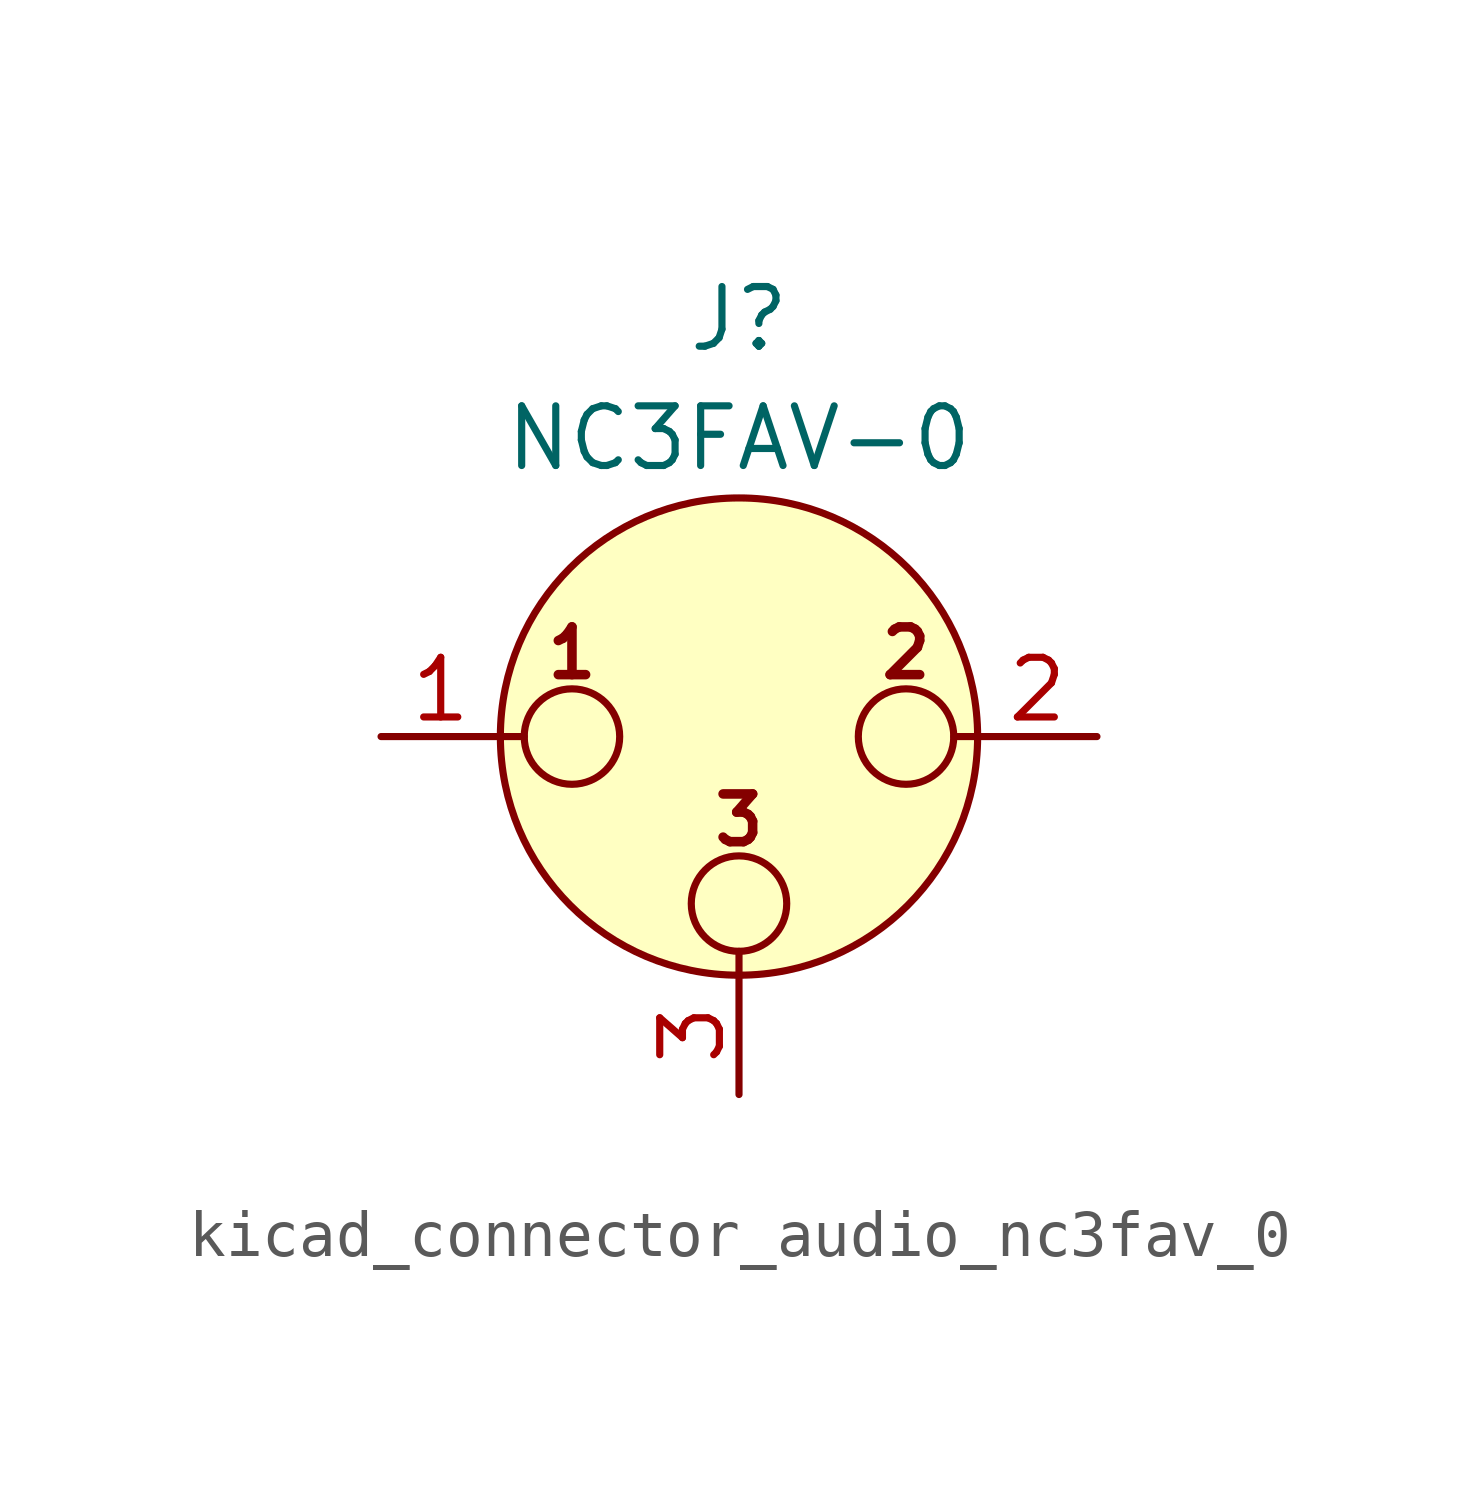
<source format=kicad_sym>
(kicad_symbol_lib
  (version 20220914)
  (generator kicad_symbol_editor)
  (symbol "kicad_connector_audio_nc3fav_0"
    (pin_names hide)
    (property "Reference" "J"
      (at 0 8.89 0)
      (effects (font (size 1.27 1.27))))
    (property "Value" "NC3FAV-0"
      (at 0 6.35 0)
      (effects (font (size 1.27 1.27))))
    (symbol "kicad_connector_audio_nc3fav_0_0_1"
      (circle (center -3.556 0) (radius 1.016) (stroke (width 0) (type default)) (fill (type none)))
      (circle (center 0 -3.556) (radius 1.016) (stroke (width 0) (type default)) (fill (type none)))
      (polyline (pts (xy -5.08 0) (xy -4.572 0)) (stroke (width 0) (type default)) (fill (type none)))
      (polyline (pts (xy 0 -5.08) (xy 0 -4.572)) (stroke (width 0) (type default)) (fill (type none)))
      (polyline (pts (xy 5.08 0) (xy 4.572 0)) (stroke (width 0) (type default)) (fill (type none)))
      (circle (center 0 0) (radius 5.08) (stroke (width 0) (type default)) (fill (type background)))
      (circle (center 3.556 0) (radius 1.016) (stroke (width 0) (type default)) (fill (type none)))
      (text "1" (at -3.556 1.778 0) (effects (font (size 1.016 1.016) bold)))
      (text "2" (at 3.556 1.778 0) (effects (font (size 1.016 1.016) bold)))
      (text "3" (at 0 -1.778 0) (effects (font (size 1.016 1.016) bold)))
      (pin passive line (at -7.62 0 0) (length 2.54) (name "~" (effects (font (size 1.27 1.27)))) (number "1" (effects (font (size 1.27 1.27)))))
      (pin passive line (at 7.62 0 180) (length 2.54) (name "~" (effects (font (size 1.27 1.27)))) (number "2" (effects (font (size 1.27 1.27)))))
      (pin passive line (at 0 -7.62 90) (length 2.54) (name "~" (effects (font (size 1.27 1.27)))) (number "3" (effects (font (size 1.27 1.27))))))))
</source>
